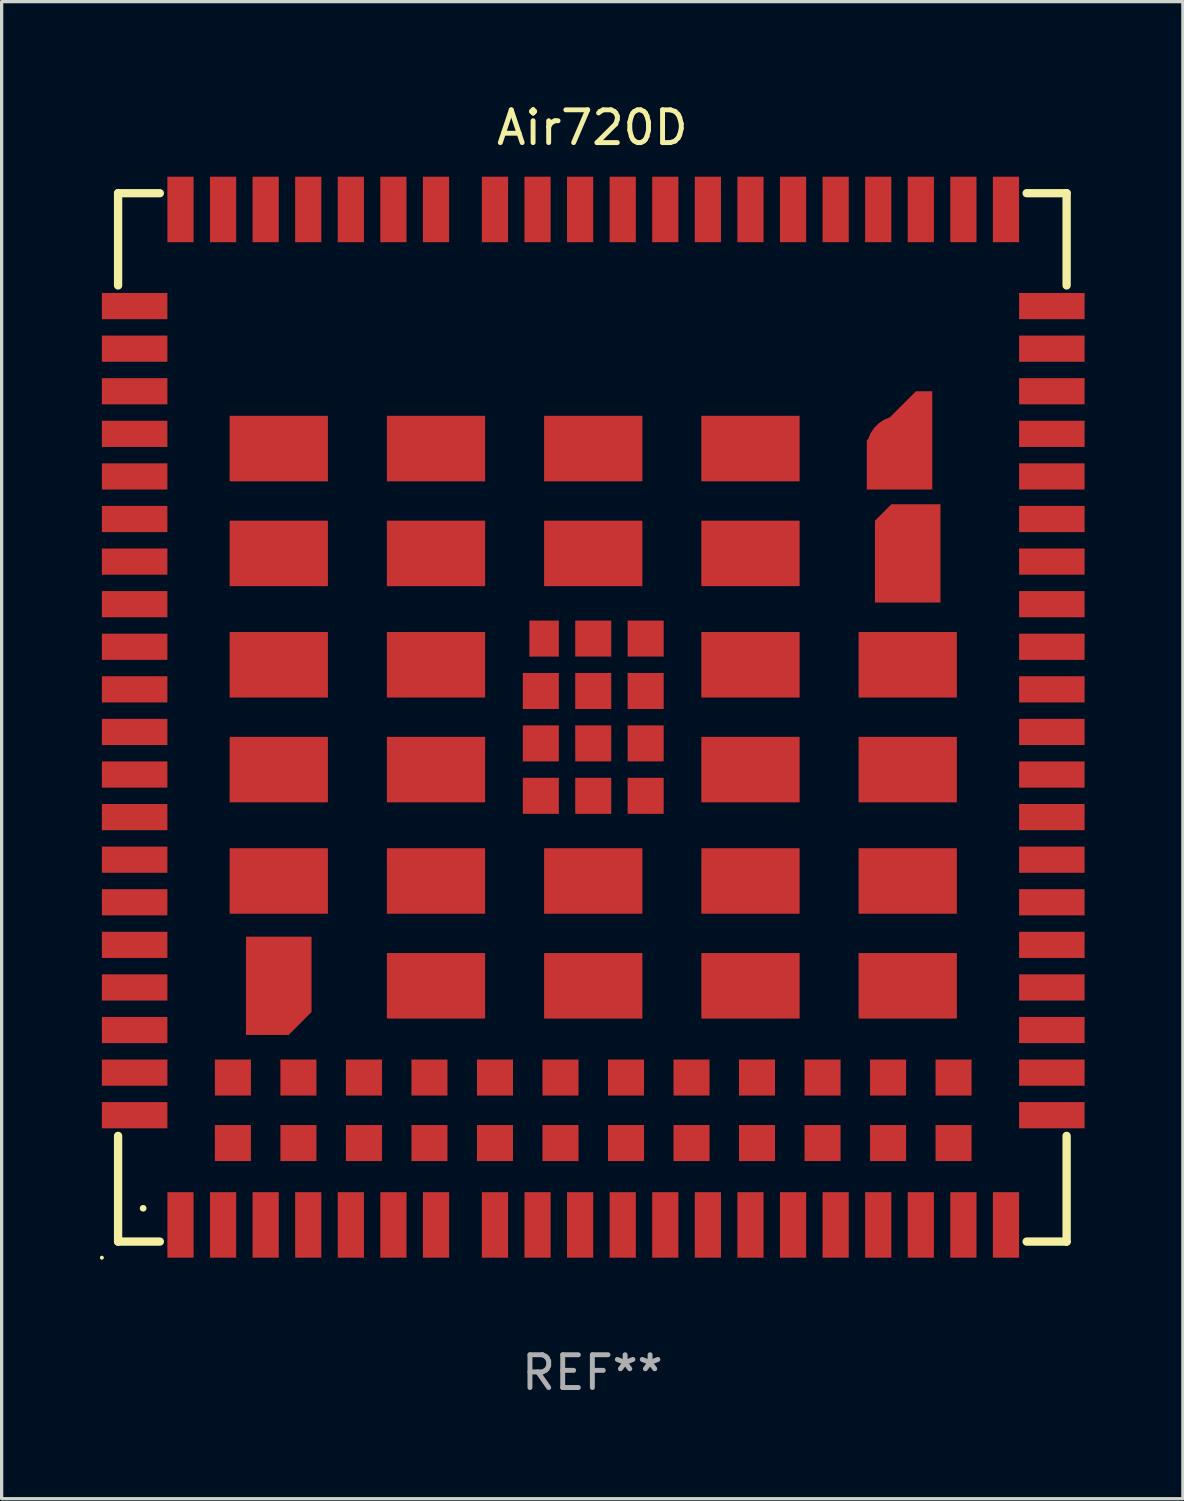
<source format=kicad_pcb>
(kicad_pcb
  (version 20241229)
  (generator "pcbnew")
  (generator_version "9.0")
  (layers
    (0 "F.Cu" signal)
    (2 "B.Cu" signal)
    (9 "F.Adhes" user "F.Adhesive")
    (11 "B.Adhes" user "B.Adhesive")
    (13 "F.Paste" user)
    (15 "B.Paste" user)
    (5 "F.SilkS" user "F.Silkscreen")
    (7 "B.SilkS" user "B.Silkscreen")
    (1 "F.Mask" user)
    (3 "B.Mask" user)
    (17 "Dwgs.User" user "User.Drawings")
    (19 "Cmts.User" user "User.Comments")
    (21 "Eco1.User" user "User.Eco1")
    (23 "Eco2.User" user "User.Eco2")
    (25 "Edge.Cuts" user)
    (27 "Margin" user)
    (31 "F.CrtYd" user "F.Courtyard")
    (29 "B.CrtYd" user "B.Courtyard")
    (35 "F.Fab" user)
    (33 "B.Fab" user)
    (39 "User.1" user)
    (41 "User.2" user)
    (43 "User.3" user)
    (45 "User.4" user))
  (footprint "Air720D"
    (layer "F.Cu")
    (at 15.033 18.85)
    (property "Reference" "Air720D" (at 0 -18.002 0) (layer "F.SilkS") (effects (font (size 1 1) (thickness 0.15))))
    (attr through_hole)
    (fp_line (start -14.478 -16.002) (end -13.204 -16.002) (stroke (width 0.254) (type solid)) (layer "F.SilkS"))
    (fp_line (start -14.478 -13.187) (end -14.478 -16.002) (stroke (width 0.254) (type solid)) (layer "F.SilkS"))
    (fp_line (start -14.478 16.002) (end -14.478 12.775) (stroke (width 0.254) (type solid)) (layer "F.SilkS"))
    (fp_line (start -13.204 16.002) (end -14.478 16.002) (stroke (width 0.254) (type solid)) (layer "F.SilkS"))
    (fp_line (start 13.258 -16.002) (end 14.478 -16.002) (stroke (width 0.254) (type solid)) (layer "F.SilkS"))
    (fp_line (start 14.478 -16.002) (end 14.478 -13.187) (stroke (width 0.254) (type solid)) (layer "F.SilkS"))
    (fp_line (start 14.478 12.775) (end 14.478 16.002) (stroke (width 0.254) (type solid)) (layer "F.SilkS"))
    (fp_line (start 14.478 16.002) (end 13.258 16.002) (stroke (width 0.254) (type solid)) (layer "F.SilkS"))
    (fp_arc (start -13.716027 14.98603) (mid -13.713221 14.986015) (end -13.710414 14.98603) (stroke (width 0.199898) (type solid)) (layer "F.SilkS"))
    (fp_circle (center -14.973 16.494) (end -14.943 16.494) (stroke (width 0.06) (type solid)) (fill no) (layer "F.SilkS"))
    (fp_text user "REF**" (at 0 20.002 0) (layer "F.Fab") (effects (font (size 1 1) (thickness 0.15))))
    (pad "1" smd rect (at -12.573 15.494 90) (size 2 0.8) (layers "F.Cu" "F.Mask" "F.Paste"))
    (pad "2" smd rect (at -11.273 15.494 90) (size 2 0.8) (layers "F.Cu" "F.Mask" "F.Paste"))
    (pad "3" smd rect (at -9.973 15.494 90) (size 2 0.8) (layers "F.Cu" "F.Mask" "F.Paste"))
    (pad "4" smd rect (at -8.673 15.494 90) (size 2 0.8) (layers "F.Cu" "F.Mask" "F.Paste"))
    (pad "5" smd rect (at -7.373 15.494 90) (size 2 0.8) (layers "F.Cu" "F.Mask" "F.Paste"))
    (pad "6" smd rect (at -6.073 15.494 90) (size 2 0.8) (layers "F.Cu" "F.Mask" "F.Paste"))
    (pad "7" smd rect (at -4.773 15.494 90) (size 2 0.8) (layers "F.Cu" "F.Mask" "F.Paste"))
    (pad "8" smd rect (at -0.373 15.494 90) (size 2 0.8) (layers "F.Cu" "F.Mask" "F.Paste"))
    (pad "9" smd rect (at 0.927 15.494 90) (size 2 0.8) (layers "F.Cu" "F.Mask" "F.Paste"))
    (pad "10" smd rect (at 2.227 15.494 90) (size 2 0.8) (layers "F.Cu" "F.Mask" "F.Paste"))
    (pad "11" smd rect (at 3.527 15.494 90) (size 2 0.8) (layers "F.Cu" "F.Mask" "F.Paste"))
    (pad "12" smd rect (at 4.827 15.494 90) (size 2 0.8) (layers "F.Cu" "F.Mask" "F.Paste"))
    (pad "13" smd rect (at 6.127 15.494 90) (size 2 0.8) (layers "F.Cu" "F.Mask" "F.Paste"))
    (pad "14" smd rect (at 7.427 15.494 90) (size 2 0.8) (layers "F.Cu" "F.Mask" "F.Paste"))
    (pad "15" smd rect (at 8.727 15.494 90) (size 2 0.8) (layers "F.Cu" "F.Mask" "F.Paste"))
    (pad "16" smd rect (at 10.027 15.494 90) (size 2 0.8) (layers "F.Cu" "F.Mask" "F.Paste"))
    (pad "17" smd rect (at 11.327 15.494 90) (size 2 0.8) (layers "F.Cu" "F.Mask" "F.Paste"))
    (pad "18" smd rect (at 12.627 15.494 90) (size 2 0.8) (layers "F.Cu" "F.Mask" "F.Paste"))
    (pad "19" smd rect (at 14.027 9.544 180) (size 2 0.8) (layers "F.Cu" "F.Mask" "F.Paste"))
    (pad "20" smd rect (at 14.027 8.244 180) (size 2 0.8) (layers "F.Cu" "F.Mask" "F.Paste"))
    (pad "21" smd rect (at 14.027 6.944 180) (size 2 0.8) (layers "F.Cu" "F.Mask" "F.Paste"))
    (pad "22" smd rect (at 14.027 5.644 180) (size 2 0.8) (layers "F.Cu" "F.Mask" "F.Paste"))
    (pad "23" smd rect (at 14.027 4.344 180) (size 2 0.8) (layers "F.Cu" "F.Mask" "F.Paste"))
    (pad "24" smd rect (at 14.027 3.044 180) (size 2 0.8) (layers "F.Cu" "F.Mask" "F.Paste"))
    (pad "25" smd rect (at 14.027 1.744 180) (size 2 0.8) (layers "F.Cu" "F.Mask" "F.Paste"))
    (pad "26" smd rect (at 14.027 0.444 180) (size 2 0.8) (layers "F.Cu" "F.Mask" "F.Paste"))
    (pad "27" smd rect (at 14.027 -0.856 180) (size 2 0.8) (layers "F.Cu" "F.Mask" "F.Paste"))
    (pad "28" smd rect (at 14.027 -2.156 180) (size 2 0.8) (layers "F.Cu" "F.Mask" "F.Paste"))
    (pad "29" smd rect (at 14.027 -3.456 180) (size 2 0.8) (layers "F.Cu" "F.Mask" "F.Paste"))
    (pad "30" smd rect (at 14.027 -4.756 180) (size 2 0.8) (layers "F.Cu" "F.Mask" "F.Paste"))
    (pad "31" smd rect (at 14.027 -6.056 180) (size 2 0.8) (layers "F.Cu" "F.Mask" "F.Paste"))
    (pad "32" smd rect (at 14.027 -7.356 180) (size 2 0.8) (layers "F.Cu" "F.Mask" "F.Paste"))
    (pad "33" smd rect (at 14.027 -8.656 180) (size 2 0.8) (layers "F.Cu" "F.Mask" "F.Paste"))
    (pad "34" smd rect (at 14.027 -9.956 180) (size 2 0.8) (layers "F.Cu" "F.Mask" "F.Paste"))
    (pad "35" smd rect (at 14.027 -11.256 180) (size 2 0.8) (layers "F.Cu" "F.Mask" "F.Paste"))
    (pad "36" smd rect (at 14.027 -12.556 180) (size 2 0.8) (layers "F.Cu" "F.Mask" "F.Paste"))
    (pad "37" smd rect (at 12.627 -15.506 90) (size 2 0.8) (layers "F.Cu" "F.Mask" "F.Paste"))
    (pad "38" smd rect (at 11.327 -15.506 90) (size 2 0.8) (layers "F.Cu" "F.Mask" "F.Paste"))
    (pad "39" smd rect (at 10.027 -15.506 90) (size 2 0.8) (layers "F.Cu" "F.Mask" "F.Paste"))
    (pad "40" smd rect (at 8.727 -15.506 90) (size 2 0.8) (layers "F.Cu" "F.Mask" "F.Paste"))
    (pad "41" smd rect (at 7.427 -15.506 90) (size 2 0.8) (layers "F.Cu" "F.Mask" "F.Paste"))
    (pad "42" smd rect (at 6.127 -15.506 90) (size 2 0.8) (layers "F.Cu" "F.Mask" "F.Paste"))
    (pad "43" smd rect (at 4.827 -15.506 90) (size 2 0.8) (layers "F.Cu" "F.Mask" "F.Paste"))
    (pad "44" smd rect (at 3.527 -15.506 90) (size 2 0.8) (layers "F.Cu" "F.Mask" "F.Paste"))
    (pad "45" smd rect (at 2.227 -15.506 90) (size 2 0.8) (layers "F.Cu" "F.Mask" "F.Paste"))
    (pad "46" smd rect (at 0.927 -15.506 90) (size 2 0.8) (layers "F.Cu" "F.Mask" "F.Paste"))
    (pad "47" smd rect (at -0.373 -15.506 90) (size 2 0.8) (layers "F.Cu" "F.Mask" "F.Paste"))
    (pad "48" smd rect (at -4.773 -15.506 90) (size 2 0.8) (layers "F.Cu" "F.Mask" "F.Paste"))
    (pad "49" smd rect (at -6.073 -15.506 90) (size 2 0.8) (layers "F.Cu" "F.Mask" "F.Paste"))
    (pad "50" smd rect (at -7.373 -15.506 90) (size 2 0.8) (layers "F.Cu" "F.Mask" "F.Paste"))
    (pad "51" smd rect (at -8.673 -15.506 90) (size 2 0.8) (layers "F.Cu" "F.Mask" "F.Paste"))
    (pad "52" smd rect (at -9.973 -15.506 90) (size 2 0.8) (layers "F.Cu" "F.Mask" "F.Paste"))
    (pad "53" smd rect (at -11.273 -15.506 90) (size 2 0.8) (layers "F.Cu" "F.Mask" "F.Paste"))
    (pad "54" smd rect (at -12.573 -15.506 90) (size 2 0.8) (layers "F.Cu" "F.Mask" "F.Paste"))
    (pad "55" smd rect (at -13.973 -12.556 180) (size 2 0.8) (layers "F.Cu" "F.Mask" "F.Paste"))
    (pad "56" smd rect (at -13.973 -11.256 180) (size 2 0.8) (layers "F.Cu" "F.Mask" "F.Paste"))
    (pad "57" smd rect (at -13.973 -9.956 180) (size 2 0.8) (layers "F.Cu" "F.Mask" "F.Paste"))
    (pad "58" smd rect (at -13.973 -8.656 180) (size 2 0.8) (layers "F.Cu" "F.Mask" "F.Paste"))
    (pad "59" smd rect (at -13.973 -7.356 180) (size 2 0.8) (layers "F.Cu" "F.Mask" "F.Paste"))
    (pad "60" smd rect (at -13.973 -6.056 180) (size 2 0.8) (layers "F.Cu" "F.Mask" "F.Paste"))
    (pad "61" smd rect (at -13.973 -4.756 180) (size 2 0.8) (layers "F.Cu" "F.Mask" "F.Paste"))
    (pad "62" smd rect (at -13.973 -3.456 180) (size 2 0.8) (layers "F.Cu" "F.Mask" "F.Paste"))
    (pad "63" smd rect (at -13.973 -2.156 180) (size 2 0.8) (layers "F.Cu" "F.Mask" "F.Paste"))
    (pad "64" smd rect (at -13.973 -0.856 180) (size 2 0.8) (layers "F.Cu" "F.Mask" "F.Paste"))
    (pad "65" smd rect (at -13.973 0.444 180) (size 2 0.8) (layers "F.Cu" "F.Mask" "F.Paste"))
    (pad "66" smd rect (at -13.973 1.744 180) (size 2 0.8) (layers "F.Cu" "F.Mask" "F.Paste"))
    (pad "67" smd rect (at -13.973 3.044 180) (size 2 0.8) (layers "F.Cu" "F.Mask" "F.Paste"))
    (pad "68" smd rect (at -13.973 4.344 180) (size 2 0.8) (layers "F.Cu" "F.Mask" "F.Paste"))
    (pad "69" smd rect (at -13.973 5.644 180) (size 2 0.8) (layers "F.Cu" "F.Mask" "F.Paste"))
    (pad "70" smd rect (at -13.973 6.944 180) (size 2 0.8) (layers "F.Cu" "F.Mask" "F.Paste"))
    (pad "71" smd rect (at -13.973 8.244 180) (size 2 0.8) (layers "F.Cu" "F.Mask" "F.Paste"))
    (pad "72" smd rect (at -13.973 9.544 180) (size 2 0.8) (layers "F.Cu" "F.Mask" "F.Paste"))
    (pad "73" smd rect (at -1.473 -2.406 90) (size 1.1 0.9) (layers "F.Cu" "F.Mask" "F.Paste"))
    (pad "74" smd rect (at 0.027 -2.406 90) (size 1.1 1.1) (layers "F.Cu" "F.Mask" "F.Paste"))
    (pad "75" smd rect (at 1.627 -2.406 90) (size 1.1 1.1) (layers "F.Cu" "F.Mask" "F.Paste"))
    (pad "76" smd rect (at -1.573 -0.806 90) (size 1.1 1.1) (layers "F.Cu" "F.Mask" "F.Paste"))
    (pad "77" smd rect (at 0.027 -0.806 90) (size 1.1 1.1) (layers "F.Cu" "F.Mask" "F.Paste"))
    (pad "78" smd rect (at 1.627 -0.806 90) (size 1.1 1.1) (layers "F.Cu" "F.Mask" "F.Paste"))
    (pad "79" smd rect (at -1.573 0.794 90) (size 1.1 1.1) (layers "F.Cu" "F.Mask" "F.Paste"))
    (pad "80" smd rect (at 0.027 0.794 90) (size 1.1 1.1) (layers "F.Cu" "F.Mask" "F.Paste"))
    (pad "81" smd rect (at 1.627 0.794 90) (size 1.1 1.1) (layers "F.Cu" "F.Mask" "F.Paste"))
    (pad "82" smd rect (at -1.573 2.394 90) (size 1.1 1.1) (layers "F.Cu" "F.Mask" "F.Paste"))
    (pad "83" smd rect (at 0.027 2.394 90) (size 1.1 1.1) (layers "F.Cu" "F.Mask" "F.Paste"))
    (pad "84" smd rect (at 1.627 2.394 90) (size 1.1 1.1) (layers "F.Cu" "F.Mask" "F.Paste"))
    (pad "85" smd rect (at -9.573 -8.206 180) (size 3 2) (layers "F.Cu" "F.Mask" "F.Paste"))
    (pad "86" smd rect (at -4.773 -8.206 180) (size 3 2) (layers "F.Cu" "F.Mask" "F.Paste"))
    (pad "87" smd rect (at 0.027 -8.206 180) (size 3 2) (layers "F.Cu" "F.Mask" "F.Paste"))
    (pad "88" smd rect (at 4.827 -8.206 180) (size 3 2) (layers "F.Cu" "F.Mask" "F.Paste"))
    (pad "89" smd custom (at 9.377 -8.206 90) (size 2 3) (layers "F.Cu" "F.Mask" "F.Paste") (options (anchor circle)) (primitives (gr_poly (pts (xy -1.25 1) (xy -1.25 -1) (xy 0.25 -1) (xy 1.75 0.5) (xy 1.75 1)) (width 0) (fill yes))))
    (pad "90" smd rect (at -9.573 -5.006 180) (size 3 2) (layers "F.Cu" "F.Mask" "F.Paste"))
    (pad "91" smd rect (at -4.773 -5.006 180) (size 3 2) (layers "F.Cu" "F.Mask" "F.Paste"))
    (pad "92" smd rect (at 0.027 -5.006 180) (size 3 2) (layers "F.Cu" "F.Mask" "F.Paste"))
    (pad "93" smd rect (at 4.827 -5.006 180) (size 3 2) (layers "F.Cu" "F.Mask" "F.Paste"))
    (pad "94" smd custom (at 9.627 -5.006 90) (size 2 3) (layers "F.Cu" "F.Mask" "F.Paste") (options (anchor circle)) (primitives (gr_poly (pts (xy -1.5 1) (xy -1.5 -1) (xy 1 -1) (xy 1.5 -0.5) (xy 1.5 1)) (width 0) (fill yes))))
    (pad "95" smd rect (at -9.573 -1.606 180) (size 3 2) (layers "F.Cu" "F.Mask" "F.Paste"))
    (pad "96" smd rect (at -4.773 -1.606 180) (size 3 2) (layers "F.Cu" "F.Mask" "F.Paste"))
    (pad "97" smd rect (at 4.827 -1.606 180) (size 3 2) (layers "F.Cu" "F.Mask" "F.Paste"))
    (pad "98" smd rect (at 9.627 -1.606 180) (size 3 2) (layers "F.Cu" "F.Mask" "F.Paste"))
    (pad "99" smd rect (at -9.573 1.594 180) (size 3 2) (layers "F.Cu" "F.Mask" "F.Paste"))
    (pad "100" smd rect (at -4.773 1.594 180) (size 3 2) (layers "F.Cu" "F.Mask" "F.Paste"))
    (pad "101" smd rect (at 4.827 1.594 180) (size 3 2) (layers "F.Cu" "F.Mask" "F.Paste"))
    (pad "102" smd rect (at 9.627 1.594 180) (size 3 2) (layers "F.Cu" "F.Mask" "F.Paste"))
    (pad "103" smd rect (at -9.573 4.994 180) (size 3 2) (layers "F.Cu" "F.Mask" "F.Paste"))
    (pad "104" smd rect (at -4.773 4.994 180) (size 3 2) (layers "F.Cu" "F.Mask" "F.Paste"))
    (pad "105" smd rect (at 0.027 4.994 180) (size 3 2) (layers "F.Cu" "F.Mask" "F.Paste"))
    (pad "106" smd rect (at 4.827 4.994 180) (size 3 2) (layers "F.Cu" "F.Mask" "F.Paste"))
    (pad "107" smd rect (at 9.627 4.994 180) (size 3 2) (layers "F.Cu" "F.Mask" "F.Paste"))
    (pad "108" smd custom (at -9.573 8.194 90) (size 2 3) (layers "F.Cu" "F.Mask" "F.Paste") (options (anchor circle)) (primitives (gr_poly (pts (xy -1.5 0.3) (xy -0.8 1) (xy 1.5 1) (xy 1.5 -1) (xy -1.5 -1)) (width 0) (fill yes))))
    (pad "109" smd rect (at -4.773 8.194 180) (size 3 2) (layers "F.Cu" "F.Mask" "F.Paste"))
    (pad "110" smd rect (at 0.027 8.194 180) (size 3 2) (layers "F.Cu" "F.Mask" "F.Paste"))
    (pad "111" smd rect (at 4.827 8.194 180) (size 3 2) (layers "F.Cu" "F.Mask" "F.Paste"))
    (pad "112" smd rect (at 9.627 8.194 180) (size 3 2) (layers "F.Cu" "F.Mask" "F.Paste"))
    (pad "113" smd rect (at -13.973 10.844 180) (size 2 0.8) (layers "F.Cu" "F.Mask" "F.Paste"))
    (pad "114" smd rect (at -13.973 12.144 180) (size 2 0.8) (layers "F.Cu" "F.Mask" "F.Paste"))
    (pad "115" smd rect (at 14.027 10.844 180) (size 2 0.8) (layers "F.Cu" "F.Mask" "F.Paste"))
    (pad "116" smd rect (at 14.027 12.144 180) (size 2 0.8) (layers "F.Cu" "F.Mask" "F.Paste"))
    (pad "117" smd rect (at -10.973 10.994 90) (size 1.1 1.1) (layers "F.Cu" "F.Mask" "F.Paste"))
    (pad "118" smd rect (at -8.973 10.994 90) (size 1.1 1.1) (layers "F.Cu" "F.Mask" "F.Paste"))
    (pad "119" smd rect (at -6.973 10.994 90) (size 1.1 1.1) (layers "F.Cu" "F.Mask" "F.Paste"))
    (pad "120" smd rect (at -4.973 10.994 90) (size 1.1 1.1) (layers "F.Cu" "F.Mask" "F.Paste"))
    (pad "121" smd rect (at -2.973 10.994 90) (size 1.1 1.1) (layers "F.Cu" "F.Mask" "F.Paste"))
    (pad "122" smd rect (at -0.973 10.994 90) (size 1.1 1.1) (layers "F.Cu" "F.Mask" "F.Paste"))
    (pad "123" smd rect (at 1.027 10.994 90) (size 1.1 1.1) (layers "F.Cu" "F.Mask" "F.Paste"))
    (pad "124" smd rect (at 3.027 10.994 90) (size 1.1 1.1) (layers "F.Cu" "F.Mask" "F.Paste"))
    (pad "125" smd rect (at 5.027 10.994 90) (size 1.1 1.1) (layers "F.Cu" "F.Mask" "F.Paste"))
    (pad "126" smd rect (at 7.027 10.994 90) (size 1.1 1.1) (layers "F.Cu" "F.Mask" "F.Paste"))
    (pad "127" smd rect (at 9.027 10.994 90) (size 1.1 1.1) (layers "F.Cu" "F.Mask" "F.Paste"))
    (pad "128" smd rect (at 11.027 10.994 90) (size 1.1 1.1) (layers "F.Cu" "F.Mask" "F.Paste"))
    (pad "129" smd rect (at -10.973 12.994 90) (size 1.1 1.1) (layers "F.Cu" "F.Mask" "F.Paste"))
    (pad "130" smd rect (at -8.973 12.994 90) (size 1.1 1.1) (layers "F.Cu" "F.Mask" "F.Paste"))
    (pad "131" smd rect (at -6.973 12.994 90) (size 1.1 1.1) (layers "F.Cu" "F.Mask" "F.Paste"))
    (pad "132" smd rect (at -4.973 12.994 90) (size 1.1 1.1) (layers "F.Cu" "F.Mask" "F.Paste"))
    (pad "133" smd rect (at -2.973 12.994 90) (size 1.1 1.1) (layers "F.Cu" "F.Mask" "F.Paste"))
    (pad "134" smd rect (at -0.973 12.994 90) (size 1.1 1.1) (layers "F.Cu" "F.Mask" "F.Paste"))
    (pad "135" smd rect (at 1.027 12.994 90) (size 1.1 1.1) (layers "F.Cu" "F.Mask" "F.Paste"))
    (pad "136" smd rect (at 3.027 12.994 90) (size 1.1 1.1) (layers "F.Cu" "F.Mask" "F.Paste"))
    (pad "137" smd rect (at 5.027 12.994 90) (size 1.1 1.1) (layers "F.Cu" "F.Mask" "F.Paste"))
    (pad "138" smd rect (at 7.027 12.994 90) (size 1.1 1.1) (layers "F.Cu" "F.Mask" "F.Paste"))
    (pad "139" smd rect (at 9.027 12.994 90) (size 1.1 1.1) (layers "F.Cu" "F.Mask" "F.Paste"))
    (pad "140" smd rect (at 11.027 12.994 90) (size 1.1 1.1) (layers "F.Cu" "F.Mask" "F.Paste"))
    (pad "141" smd rect (at -2.973 15.494 90) (size 2 0.8) (layers "F.Cu" "F.Mask" "F.Paste"))
    (pad "142" smd rect (at -1.673 15.494 90) (size 2 0.8) (layers "F.Cu" "F.Mask" "F.Paste"))
    (pad "143" smd rect (at -1.673 -15.506 90) (size 2 0.8) (layers "F.Cu" "F.Mask" "F.Paste"))
    (pad "144" smd rect (at -2.973 -15.506 90) (size 2 0.8) (layers "F.Cu" "F.Mask" "F.Paste")))
  (gr_rect
    (start -3 -3)
    (end 33.06 42.701)
    (stroke (width 0.1) (type default))
    (fill no)
    (layer "Edge.Cuts")))
</source>
